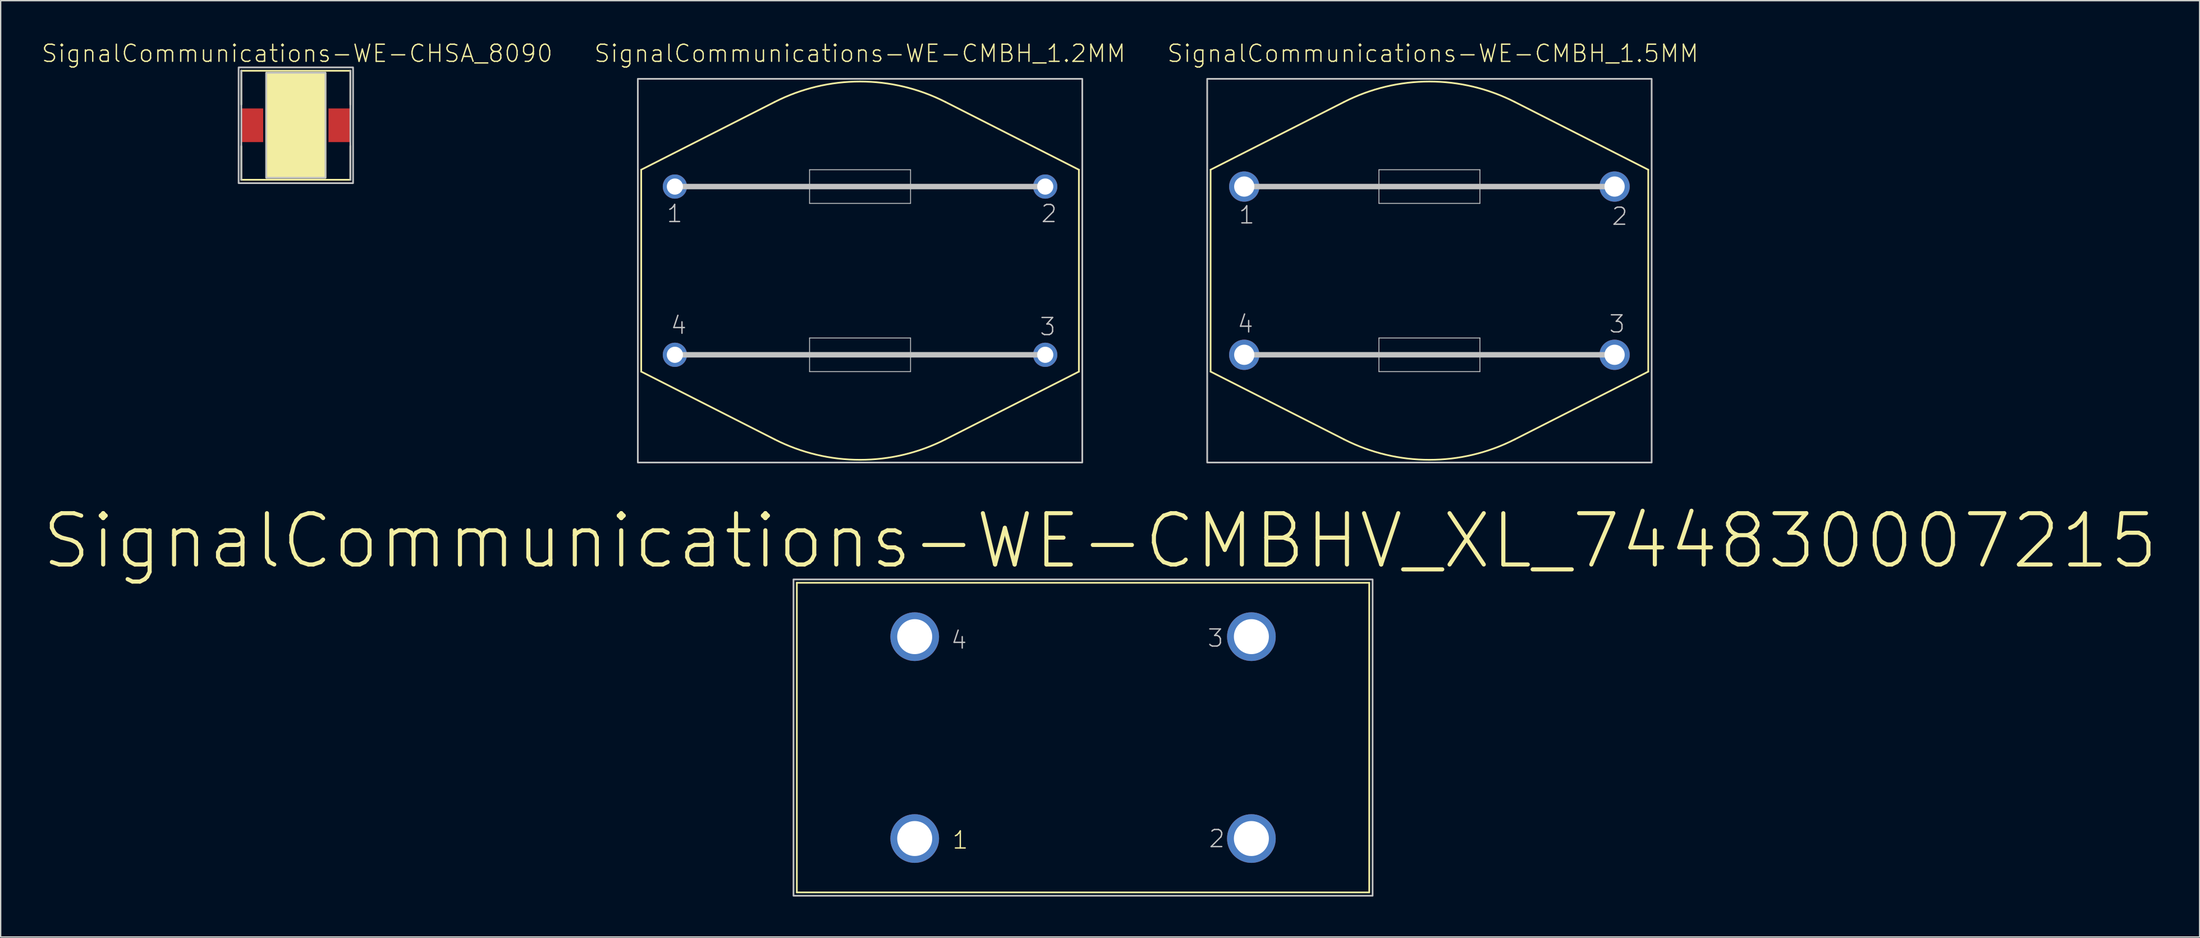
<source format=kicad_pcb>
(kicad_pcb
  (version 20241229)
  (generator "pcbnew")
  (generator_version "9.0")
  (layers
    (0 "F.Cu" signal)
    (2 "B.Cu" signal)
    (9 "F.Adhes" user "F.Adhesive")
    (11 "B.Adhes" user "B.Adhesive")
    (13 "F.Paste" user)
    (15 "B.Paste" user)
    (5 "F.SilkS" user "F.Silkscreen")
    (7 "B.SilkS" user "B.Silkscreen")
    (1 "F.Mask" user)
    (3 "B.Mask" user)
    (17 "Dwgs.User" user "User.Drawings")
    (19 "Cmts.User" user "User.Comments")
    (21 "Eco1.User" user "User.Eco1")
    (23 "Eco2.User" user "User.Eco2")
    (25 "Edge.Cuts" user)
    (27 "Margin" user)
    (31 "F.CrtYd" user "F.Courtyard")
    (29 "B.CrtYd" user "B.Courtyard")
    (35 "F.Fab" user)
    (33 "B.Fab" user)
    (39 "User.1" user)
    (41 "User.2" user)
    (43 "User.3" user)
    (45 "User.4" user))
  (footprint "SignalCommunications-WE-CHSA_8090"
    (layer "F.Cu")
    (at 18.916 6.255)
    (property "Reference" "SignalCommunications-WE-CHSA_8090" (at 0.099 -5.334 0) (layer "F.SilkS") (effects (font (size 1.27 1.27) (thickness 0.102))))
    (attr smd)
    (fp_line (start -4.049 -4.049) (end 4.049 -4.049) (stroke (width 0.127) (type solid)) (layer "F.SilkS"))
    (fp_line (start -4.049 -1.539) (end -4.049 -4.049) (stroke (width 0.127) (type solid)) (layer "F.SilkS"))
    (fp_line (start -4.049 1.549) (end -4.049 4.059) (stroke (width 0.127) (type solid)) (layer "F.SilkS"))
    (fp_line (start 4.049 -1.539) (end 4.049 -4.049) (stroke (width 0.127) (type solid)) (layer "F.SilkS"))
    (fp_line (start 4.049 1.539) (end 4.049 4.049) (stroke (width 0.127) (type solid)) (layer "F.SilkS"))
    (fp_line (start 4.049 4.049) (end -4.049 4.049) (stroke (width 0.127) (type solid)) (layer "F.SilkS"))
    (fp_poly (pts (xy 2.2 -3.899) (xy 2.2 3.899) (xy -2.2 3.899) (xy -2.2 -3.899) (xy 2.2 -3.899)) (stroke (width 0.127) (type solid)) (fill yes) (layer "F.SilkS"))
    (fp_line (start -4.049 4.049) (end -4.049 -4.049) (stroke (width 0.127) (type solid)) (layer "Dwgs.User"))
    (fp_line (start 4.049 -4.049) (end 4.049 4.049) (stroke (width 0.127) (type solid)) (layer "Dwgs.User"))
    (fp_poly (pts (xy -2.2 -3.899) (xy 2.2 -3.899) (xy 2.2 3.899) (xy -2.2 3.899) (xy -2.2 -3.899)) (stroke (width 0.127) (type solid)) (fill no) (layer "Dwgs.User"))
    (fp_poly (pts (xy 4.249 -4.298) (xy 4.249 4.298) (xy -4.249 4.298) (xy -4.249 -4.298) (xy 4.249 -4.298)) (stroke (width 0.127) (type solid)) (fill no) (layer "Dwgs.User"))
    (pad "1" smd rect (at -3.249 0 90) (size 2.499 1.648) (layers "F.Cu" "F.Mask" "F.Paste"))
    (pad "2" smd rect (at 3.249 0 90) (size 2.499 1.648) (layers "F.Cu" "F.Mask" "F.Paste")))
  (footprint "SignalCommunications-WE-CMBHV_XL_744830007215"
    (layer "F.Cu")
    (at 77.365 51.737)
    (property "Reference" "SignalCommunications-WE-CMBHV_XL_744830007215" (at 1.27 -14.605 0) (layer "F.SilkS") (effects (font (size 3.81 3.81) (thickness 0.305))))
    (attr exclude_from_pos_files exclude_from_bom)
    (fp_line (start -21.25 -11.499) (end 21.25 -11.499) (stroke (width 0.127) (type solid)) (layer "F.SilkS"))
    (fp_line (start -21.25 11.499) (end -21.25 -11.499) (stroke (width 0.127) (type solid)) (layer "F.SilkS"))
    (fp_line (start 21.25 -11.499) (end 21.25 11.499) (stroke (width 0.127) (type solid)) (layer "F.SilkS"))
    (fp_line (start 21.25 11.499) (end -21.25 11.499) (stroke (width 0.127) (type solid)) (layer "F.SilkS"))
    (fp_poly (pts (xy -21.499 -11.748) (xy 21.499 -11.748) (xy 21.499 11.748) (xy -21.499 11.748) (xy -21.499 -11.748)) (stroke (width 0.127) (type solid)) (fill no) (layer "Dwgs.User"))
    (fp_text user "1" (at -9.114 7.615 0) (layer "F.SilkS") (effects (font (size 1.27 1.27) (thickness 0.102))))
    (fp_text user "4" (at -9.213 -7.234 0) (layer "Dwgs.User") (effects (font (size 1.27 1.27) (thickness 0.102))))
    (fp_text user "3" (at 9.835 -7.384 0) (layer "Dwgs.User") (effects (font (size 1.27 1.27) (thickness 0.102))))
    (fp_text user "2" (at 9.934 7.513 0) (layer "Dwgs.User") (effects (font (size 1.27 1.27) (thickness 0.102))))
    (pad "1" thru_hole circle (at -12.499 7.498) (size 3.614 3.614) (drill 2.598) (layers "*.Cu" "*.Paste" "*.Mask"))
    (pad "2" thru_hole circle (at 12.499 7.498) (size 3.614 3.614) (drill 2.598) (layers "*.Cu" "*.Paste" "*.Mask"))
    (pad "3" thru_hole circle (at 12.499 -7.498) (size 3.614 3.614) (drill 2.598) (layers "*.Cu" "*.Paste" "*.Mask"))
    (pad "4" thru_hole circle (at -12.499 -7.498) (size 3.614 3.614) (drill 2.598) (layers "*.Cu" "*.Paste" "*.Mask")))
  (footprint "SignalCommunications-WE-CMBH_1.2MM"
    (layer "F.Cu")
    (at 60.808 17.055)
    (property "Reference" "SignalCommunications-WE-CMBH_1.2MM" (at -0.008 -16.134 0) (layer "F.SilkS") (effects (font (size 1.27 1.27) (thickness 0.102))))
    (attr exclude_from_pos_files exclude_from_bom)
    (fp_line (start -16.248 -7.498) (end -16.248 7.498) (stroke (width 0.127) (type solid)) (layer "F.SilkS"))
    (fp_line (start -16.248 -7.498) (end -6.337 -12.532) (stroke (width 0.127) (type solid)) (layer "F.SilkS"))
    (fp_line (start -16.248 7.498) (end -6.337 12.532) (stroke (width 0.127) (type solid)) (layer "F.SilkS"))
    (fp_line (start 6.337 -12.532) (end 16.248 -7.498) (stroke (width 0.127) (type solid)) (layer "F.SilkS"))
    (fp_line (start 6.337 12.532) (end 16.248 7.498) (stroke (width 0.127) (type solid)) (layer "F.SilkS"))
    (fp_line (start 16.248 7.498) (end 16.248 -7.498) (stroke (width 0.127) (type solid)) (layer "F.SilkS"))
    (fp_arc (start -6.3373 -12.53236) (mid -0.003348 -14.048764) (end 6.331328 -12.53539) (stroke (width 0.127) (type solid)) (layer "F.SilkS"))
    (fp_arc (start 6.3373 12.53236) (mid 0.003348 14.048764) (end -6.331328 12.53539) (stroke (width 0.127) (type solid)) (layer "F.SilkS"))
    (fp_line (start -13.749 -6.248) (end 13.749 -6.248) (stroke (width 0.406) (type solid)) (layer "Dwgs.User"))
    (fp_line (start -13.749 6.248) (end 13.749 6.248) (stroke (width 0.406) (type solid)) (layer "Dwgs.User"))
    (fp_line (start -3.749 -7.498) (end 3.749 -7.498) (stroke (width 0.066) (type solid)) (layer "Dwgs.User"))
    (fp_line (start -3.749 -4.999) (end -3.749 -7.498) (stroke (width 0.066) (type solid)) (layer "Dwgs.User"))
    (fp_line (start -3.749 -4.999) (end 3.749 -4.999) (stroke (width 0.066) (type solid)) (layer "Dwgs.User"))
    (fp_line (start -3.749 4.999) (end 3.749 4.999) (stroke (width 0.066) (type solid)) (layer "Dwgs.User"))
    (fp_line (start -3.749 7.498) (end -3.749 4.999) (stroke (width 0.066) (type solid)) (layer "Dwgs.User"))
    (fp_line (start -3.749 7.498) (end 3.749 7.498) (stroke (width 0.066) (type solid)) (layer "Dwgs.User"))
    (fp_line (start 3.749 -4.999) (end 3.749 -7.498) (stroke (width 0.066) (type solid)) (layer "Dwgs.User"))
    (fp_line (start 3.749 7.498) (end 3.749 4.999) (stroke (width 0.066) (type solid)) (layer "Dwgs.User"))
    (fp_poly (pts (xy -16.5 -14.249) (xy 16.5 -14.249) (xy 16.5 14.249) (xy -16.5 14.249) (xy -16.5 -14.249)) (stroke (width 0.127) (type solid)) (fill no) (layer "Dwgs.User"))
    (fp_text user "1" (at -13.764 -4.234 0) (layer "Dwgs.User") (effects (font (size 1.27 1.27) (thickness 0.102))))
    (fp_text user "3" (at 13.934 4.163 0) (layer "Dwgs.User") (effects (font (size 1.27 1.27) (thickness 0.102))))
    (fp_text user "4" (at -13.465 4.064 0) (layer "Dwgs.User") (effects (font (size 1.27 1.27) (thickness 0.102))))
    (fp_text user "2" (at 14.034 -4.234 0) (layer "Dwgs.User") (effects (font (size 1.27 1.27) (thickness 0.102))))
    (pad "1" thru_hole circle (at -13.749 -6.248) (size 1.798 1.798) (drill 1.199) (layers "*.Cu" "*.Paste" "*.Mask"))
    (pad "2" thru_hole circle (at 13.749 -6.248) (size 1.798 1.798) (drill 1.199) (layers "*.Cu" "*.Paste" "*.Mask"))
    (pad "3" thru_hole circle (at 13.749 6.248) (size 1.798 1.798) (drill 1.199) (layers "*.Cu" "*.Paste" "*.Mask"))
    (pad "4" thru_hole circle (at -13.749 6.248) (size 1.798 1.798) (drill 1.199) (layers "*.Cu" "*.Paste" "*.Mask")))
  (footprint "SignalCommunications-WE-CMBH_1.5MM"
    (layer "F.Cu")
    (at 103.083 17.055)
    (property "Reference" "SignalCommunications-WE-CMBH_1.5MM" (at 0.259 -16.134 0) (layer "F.SilkS") (effects (font (size 1.27 1.27) (thickness 0.102))))
    (attr exclude_from_pos_files exclude_from_bom)
    (fp_line (start -16.248 -7.498) (end -16.248 7.498) (stroke (width 0.127) (type solid)) (layer "F.SilkS"))
    (fp_line (start -16.248 -7.498) (end -6.337 -12.532) (stroke (width 0.127) (type solid)) (layer "F.SilkS"))
    (fp_line (start -16.248 7.498) (end -6.337 12.532) (stroke (width 0.127) (type solid)) (layer "F.SilkS"))
    (fp_line (start 6.337 -12.532) (end 16.248 -7.498) (stroke (width 0.127) (type solid)) (layer "F.SilkS"))
    (fp_line (start 6.337 12.532) (end 16.248 7.498) (stroke (width 0.127) (type solid)) (layer "F.SilkS"))
    (fp_line (start 16.248 7.498) (end 16.248 -7.498) (stroke (width 0.127) (type solid)) (layer "F.SilkS"))
    (fp_arc (start -6.3373 -12.53236) (mid -0.003348 -14.048764) (end 6.331328 -12.53539) (stroke (width 0.127) (type solid)) (layer "F.SilkS"))
    (fp_arc (start 6.3373 12.53236) (mid 0.003348 14.048764) (end -6.331328 12.53539) (stroke (width 0.127) (type solid)) (layer "F.SilkS"))
    (fp_line (start -13.749 -6.248) (end 13.749 -6.248) (stroke (width 0.406) (type solid)) (layer "Dwgs.User"))
    (fp_line (start -13.749 6.248) (end 13.749 6.248) (stroke (width 0.406) (type solid)) (layer "Dwgs.User"))
    (fp_line (start -3.749 -7.498) (end 3.749 -7.498) (stroke (width 0.066) (type solid)) (layer "Dwgs.User"))
    (fp_line (start -3.749 -4.999) (end -3.749 -7.498) (stroke (width 0.066) (type solid)) (layer "Dwgs.User"))
    (fp_line (start -3.749 -4.999) (end 3.749 -4.999) (stroke (width 0.066) (type solid)) (layer "Dwgs.User"))
    (fp_line (start -3.749 4.999) (end 3.749 4.999) (stroke (width 0.066) (type solid)) (layer "Dwgs.User"))
    (fp_line (start -3.749 7.498) (end -3.749 4.999) (stroke (width 0.066) (type solid)) (layer "Dwgs.User"))
    (fp_line (start -3.749 7.498) (end 3.749 7.498) (stroke (width 0.066) (type solid)) (layer "Dwgs.User"))
    (fp_line (start 3.749 -4.999) (end 3.749 -7.498) (stroke (width 0.066) (type solid)) (layer "Dwgs.User"))
    (fp_line (start 3.749 7.498) (end 3.749 4.999) (stroke (width 0.066) (type solid)) (layer "Dwgs.User"))
    (fp_poly (pts (xy -16.5 -14.249) (xy 16.5 -14.249) (xy 16.5 14.249) (xy -16.5 14.249) (xy -16.5 -14.249)) (stroke (width 0.127) (type solid)) (fill no) (layer "Dwgs.User"))
    (fp_text user "3" (at 13.934 3.965 0) (layer "Dwgs.User") (effects (font (size 1.27 1.27) (thickness 0.102))))
    (fp_text user "1" (at -13.564 -4.133 0) (layer "Dwgs.User") (effects (font (size 1.27 1.27) (thickness 0.102))))
    (fp_text user "2" (at 14.133 -4.034 0) (layer "Dwgs.User") (effects (font (size 1.27 1.27) (thickness 0.102))))
    (fp_text user "4" (at -13.663 3.965 0) (layer "Dwgs.User") (effects (font (size 1.27 1.27) (thickness 0.102))))
    (pad "1" thru_hole circle (at -13.749 -6.248) (size 2.248 2.248) (drill 1.499) (layers "*.Cu" "*.Paste" "*.Mask"))
    (pad "2" thru_hole circle (at 13.749 -6.248) (size 2.248 2.248) (drill 1.499) (layers "*.Cu" "*.Paste" "*.Mask"))
    (pad "3" thru_hole circle (at 13.749 6.248) (size 2.248 2.248) (drill 1.499) (layers "*.Cu" "*.Paste" "*.Mask"))
    (pad "4" thru_hole circle (at -13.749 6.248) (size 2.248 2.248) (drill 1.499) (layers "*.Cu" "*.Paste" "*.Mask")))
  (gr_rect
    (start -3 -3)
    (end 160.27 66.548)
    (stroke (width 0.1) (type default))
    (fill no)
    (layer "Edge.Cuts")))
</source>
